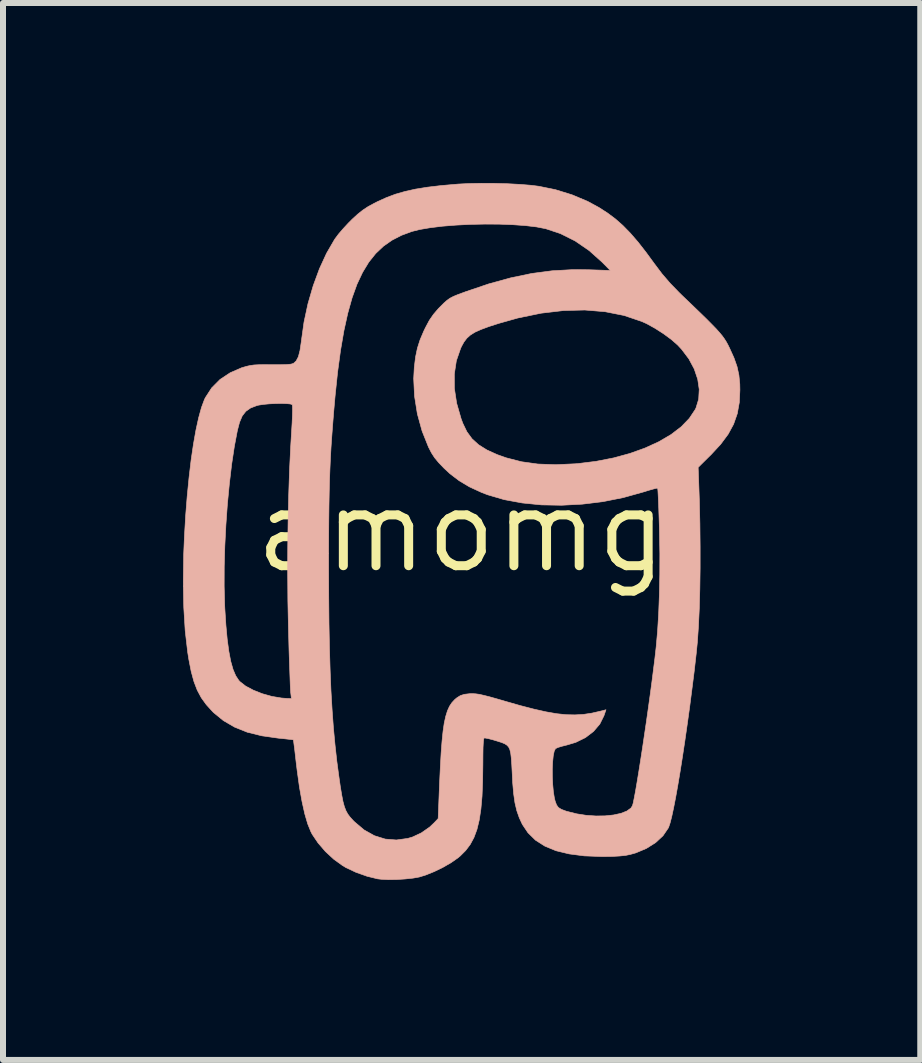
<source format=kicad_pcb>
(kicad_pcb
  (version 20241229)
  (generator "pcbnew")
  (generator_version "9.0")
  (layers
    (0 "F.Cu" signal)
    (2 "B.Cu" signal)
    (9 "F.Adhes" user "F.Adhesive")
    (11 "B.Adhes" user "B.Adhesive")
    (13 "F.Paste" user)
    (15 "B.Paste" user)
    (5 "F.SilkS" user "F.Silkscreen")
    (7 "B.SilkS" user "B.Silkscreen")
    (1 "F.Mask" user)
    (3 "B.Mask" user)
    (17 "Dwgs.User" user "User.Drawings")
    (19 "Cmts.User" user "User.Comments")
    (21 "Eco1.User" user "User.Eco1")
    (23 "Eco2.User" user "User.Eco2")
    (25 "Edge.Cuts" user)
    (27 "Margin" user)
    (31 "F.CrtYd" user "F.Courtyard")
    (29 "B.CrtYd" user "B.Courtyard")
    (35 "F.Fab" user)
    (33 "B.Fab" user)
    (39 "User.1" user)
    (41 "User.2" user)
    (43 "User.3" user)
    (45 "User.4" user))
  (footprint "amomg"
    (layer "F.Cu")
    (at 4.638 5.799)
    (property "Reference" "amomg" (at 0 0 0) (layer "F.SilkS") (effects (font (size 1.27 1.27) (thickness 0.15))))
    (attr through_hole)
    (fp_poly (pts (xy 0.551 -5.793) (xy 0.768 -5.787) (xy 0.975 -5.776) (xy 1.161 -5.761) (xy 1.289 -5.745) (xy 1.569 -5.688) (xy 1.847 -5.602) (xy 2.108 -5.492) (xy 2.294 -5.391) (xy 2.437 -5.299) (xy 2.568 -5.201) (xy 2.693 -5.091) (xy 2.817 -4.964) (xy 2.946 -4.815) (xy 3.084 -4.638) (xy 3.217 -4.456) (xy 3.346 -4.285) (xy 3.48 -4.129) (xy 3.633 -3.971) (xy 3.679 -3.926) (xy 3.842 -3.77) (xy 3.978 -3.639) (xy 4.089 -3.531) (xy 4.178 -3.441) (xy 4.25 -3.367) (xy 4.306 -3.304) (xy 4.351 -3.25) (xy 4.386 -3.201) (xy 4.416 -3.154) (xy 4.443 -3.105) (xy 4.47 -3.05) (xy 4.471 -3.048) (xy 4.545 -2.885) (xy 4.596 -2.74) (xy 4.627 -2.599) (xy 4.642 -2.448) (xy 4.644 -2.349) (xy 4.634 -2.142) (xy 4.6 -1.954) (xy 4.539 -1.78) (xy 4.448 -1.612) (xy 4.323 -1.444) (xy 4.161 -1.269) (xy 4.142 -1.251) (xy 3.948 -1.059) (xy 3.954 -0.905) (xy 3.968 -0.511) (xy 3.977 -0.122) (xy 3.981 0.258) (xy 3.981 0.624) (xy 3.976 0.972) (xy 3.967 1.296) (xy 3.953 1.591) (xy 3.935 1.853) (xy 3.916 2.043) (xy 3.882 2.342) (xy 3.844 2.641) (xy 3.806 2.937) (xy 3.766 3.225) (xy 3.726 3.503) (xy 3.686 3.767) (xy 3.647 4.014) (xy 3.609 4.24) (xy 3.573 4.442) (xy 3.539 4.616) (xy 3.508 4.76) (xy 3.48 4.869) (xy 3.456 4.94) (xy 3.45 4.952) (xy 3.362 5.081) (xy 3.238 5.196) (xy 3.085 5.292) (xy 2.909 5.366) (xy 2.82 5.391) (xy 2.739 5.408) (xy 2.642 5.418) (xy 2.519 5.425) (xy 2.365 5.427) (xy 2.339 5.427) (xy 2.05 5.416) (xy 1.797 5.383) (xy 1.578 5.33) (xy 1.392 5.253) (xy 1.237 5.154) (xy 1.112 5.031) (xy 1.018 4.891) (xy 0.967 4.781) (xy 0.926 4.664) (xy 0.895 4.533) (xy 0.873 4.38) (xy 0.857 4.197) (xy 0.85 4.053) (xy 0.842 3.902) (xy 0.834 3.787) (xy 0.824 3.703) (xy 0.809 3.642) (xy 0.789 3.601) (xy 0.762 3.572) (xy 0.727 3.549) (xy 0.723 3.547) (xy 0.675 3.527) (xy 0.603 3.504) (xy 0.523 3.48) (xy 0.449 3.461) (xy 0.395 3.451) (xy 0.383 3.45) (xy 0.374 3.467) (xy 0.368 3.517) (xy 0.363 3.604) (xy 0.361 3.73) (xy 0.36 3.889) (xy 0.356 4.175) (xy 0.346 4.423) (xy 0.327 4.637) (xy 0.299 4.82) (xy 0.261 4.977) (xy 0.211 5.111) (xy 0.149 5.226) (xy 0.073 5.327) (xy -0.017 5.417) (xy -0.058 5.451) (xy -0.17 5.529) (xy -0.305 5.607) (xy -0.451 5.678) (xy -0.592 5.735) (xy -0.699 5.768) (xy -0.805 5.787) (xy -0.936 5.801) (xy -1.077 5.81) (xy -1.213 5.812) (xy -1.331 5.806) (xy -1.394 5.799) (xy -1.572 5.755) (xy -1.755 5.69) (xy -1.923 5.611) (xy -1.981 5.576) (xy -2.126 5.471) (xy -2.265 5.342) (xy -2.388 5.199) (xy -2.485 5.055) (xy -2.507 5.012) (xy -2.559 4.884) (xy -2.608 4.717) (xy -2.654 4.511) (xy -2.697 4.27) (xy -2.735 3.995) (xy -2.751 3.865) (xy -2.765 3.744) (xy -2.777 3.638) (xy -2.788 3.555) (xy -2.795 3.5) (xy -2.799 3.482) (xy -2.821 3.478) (xy -2.877 3.472) (xy -2.957 3.463) (xy -3.048 3.454) (xy -3.323 3.415) (xy -3.566 3.355) (xy -3.778 3.27) (xy -3.965 3.161) (xy -4.13 3.026) (xy -4.149 3.006) (xy -4.25 2.895) (xy -4.333 2.78) (xy -4.401 2.653) (xy -4.456 2.509) (xy -4.502 2.34) (xy -4.541 2.14) (xy -4.56 2.02) (xy -4.601 1.666) (xy -4.625 1.274) (xy -4.632 0.92) (xy -3.952 0.92) (xy -3.944 1.223) (xy -3.941 1.292) (xy -3.923 1.569) (xy -3.901 1.807) (xy -3.874 2.007) (xy -3.842 2.174) (xy -3.804 2.308) (xy -3.76 2.412) (xy -3.709 2.49) (xy -3.69 2.511) (xy -3.594 2.586) (xy -3.466 2.654) (xy -3.317 2.713) (xy -3.157 2.758) (xy -2.996 2.785) (xy -2.902 2.792) (xy -2.831 2.794) (xy -2.843 2.693) (xy -2.846 2.652) (xy -2.85 2.573) (xy -2.854 2.461) (xy -2.859 2.321) (xy -2.865 2.157) (xy -2.871 1.974) (xy -2.876 1.777) (xy -2.881 1.587) (xy -2.89 1.162) (xy -2.893 0.722) (xy -2.893 0.624) (xy -2.211 0.624) (xy -2.209 1.101) (xy -2.205 1.54) (xy -2.197 1.943) (xy -2.186 2.315) (xy -2.172 2.66) (xy -2.153 2.981) (xy -2.131 3.282) (xy -2.104 3.567) (xy -2.074 3.839) (xy -2.041 4.085) (xy -2.016 4.26) (xy -1.993 4.399) (xy -1.972 4.508) (xy -1.949 4.593) (xy -1.923 4.661) (xy -1.892 4.718) (xy -1.853 4.77) (xy -1.805 4.823) (xy -1.779 4.849) (xy -1.619 4.984) (xy -1.447 5.08) (xy -1.267 5.136) (xy -1.082 5.151) (xy -0.892 5.125) (xy -0.811 5.101) (xy -0.666 5.033) (xy -0.527 4.936) (xy -0.452 4.865) (xy -0.385 4.794) (xy -0.362 4.212) (xy -0.349 3.94) (xy -0.336 3.706) (xy -0.321 3.508) (xy -0.304 3.342) (xy -0.284 3.204) (xy -0.259 3.09) (xy -0.23 2.997) (xy -0.196 2.922) (xy -0.156 2.862) (xy -0.109 2.811) (xy -0.073 2.781) (xy -0.014 2.744) (xy 0.052 2.723) (xy 0.139 2.713) (xy 0.188 2.712) (xy 0.24 2.715) (xy 0.299 2.723) (xy 0.374 2.74) (xy 0.47 2.764) (xy 0.594 2.799) (xy 0.721 2.836) (xy 0.983 2.911) (xy 1.211 2.97) (xy 1.411 3.015) (xy 1.588 3.046) (xy 1.748 3.063) (xy 1.895 3.066) (xy 2.036 3.058) (xy 2.176 3.037) (xy 2.32 3.004) (xy 2.365 2.993) (xy 2.412 2.98) (xy 2.378 3.08) (xy 2.309 3.219) (xy 2.204 3.342) (xy 2.069 3.445) (xy 1.908 3.524) (xy 1.757 3.569) (xy 1.677 3.589) (xy 1.611 3.609) (xy 1.573 3.627) (xy 1.57 3.629) (xy 1.549 3.671) (xy 1.533 3.747) (xy 1.523 3.849) (xy 1.517 3.968) (xy 1.518 4.096) (xy 1.524 4.225) (xy 1.535 4.347) (xy 1.552 4.453) (xy 1.565 4.505) (xy 1.588 4.567) (xy 1.619 4.61) (xy 1.669 4.641) (xy 1.749 4.671) (xy 1.768 4.676) (xy 1.923 4.715) (xy 2.083 4.74) (xy 2.244 4.751) (xy 2.398 4.749) (xy 2.539 4.734) (xy 2.662 4.707) (xy 2.761 4.668) (xy 2.828 4.619) (xy 2.853 4.58) (xy 2.866 4.534) (xy 2.883 4.45) (xy 2.905 4.333) (xy 2.93 4.187) (xy 2.958 4.017) (xy 2.988 3.827) (xy 3.02 3.621) (xy 3.052 3.405) (xy 3.085 3.182) (xy 3.117 2.957) (xy 3.148 2.734) (xy 3.177 2.518) (xy 3.203 2.313) (xy 3.227 2.123) (xy 3.246 1.954) (xy 3.249 1.926) (xy 3.272 1.669) (xy 3.29 1.378) (xy 3.302 1.061) (xy 3.309 0.726) (xy 3.31 0.381) (xy 3.304 0.033) (xy 3.302 -0.051) (xy 3.297 -0.213) (xy 3.292 -0.361) (xy 3.287 -0.489) (xy 3.282 -0.594) (xy 3.278 -0.668) (xy 3.274 -0.708) (xy 3.273 -0.713) (xy 3.25 -0.711) (xy 3.196 -0.697) (xy 3.118 -0.675) (xy 3.031 -0.648) (xy 2.701 -0.556) (xy 2.361 -0.488) (xy 2.016 -0.446) (xy 1.673 -0.428) (xy 1.337 -0.434) (xy 1.016 -0.466) (xy 0.714 -0.522) (xy 0.438 -0.603) (xy 0.339 -0.641) (xy 0.137 -0.734) (xy -0.034 -0.836) (xy -0.188 -0.953) (xy -0.288 -1.046) (xy -0.377 -1.139) (xy -0.444 -1.22) (xy -0.497 -1.302) (xy -0.546 -1.397) (xy -0.653 -1.665) (xy -0.732 -1.952) (xy -0.779 -2.248) (xy -0.793 -2.54) (xy -0.789 -2.614) (xy -0.116 -2.614) (xy -0.115 -2.377) (xy -0.077 -2.128) (xy -0.003 -1.871) (xy 0.026 -1.793) (xy 0.093 -1.654) (xy 0.179 -1.536) (xy 0.289 -1.436) (xy 0.428 -1.349) (xy 0.601 -1.271) (xy 0.751 -1.218) (xy 1.004 -1.153) (xy 1.276 -1.115) (xy 1.574 -1.104) (xy 1.9 -1.119) (xy 1.941 -1.122) (xy 2.247 -1.16) (xy 2.539 -1.217) (xy 2.813 -1.292) (xy 3.066 -1.383) (xy 3.295 -1.488) (xy 3.496 -1.606) (xy 3.666 -1.736) (xy 3.801 -1.876) (xy 3.899 -2.023) (xy 3.912 -2.049) (xy 3.957 -2.197) (xy 3.966 -2.359) (xy 3.941 -2.528) (xy 3.883 -2.7) (xy 3.793 -2.868) (xy 3.672 -3.028) (xy 3.607 -3.098) (xy 3.502 -3.19) (xy 3.372 -3.286) (xy 3.23 -3.377) (xy 3.091 -3.454) (xy 3.009 -3.491) (xy 2.713 -3.591) (xy 2.396 -3.654) (xy 2.059 -3.682) (xy 1.704 -3.673) (xy 1.331 -3.629) (xy 0.943 -3.549) (xy 0.624 -3.459) (xy 0.459 -3.406) (xy 0.33 -3.358) (xy 0.229 -3.313) (xy 0.152 -3.265) (xy 0.093 -3.212) (xy 0.045 -3.149) (xy 0.003 -3.073) (xy -0.011 -3.042) (xy -0.082 -2.837) (xy -0.116 -2.614) (xy -0.789 -2.614) (xy -0.783 -2.725) (xy -0.762 -2.898) (xy -0.731 -3.046) (xy -0.687 -3.184) (xy -0.625 -3.33) (xy -0.598 -3.386) (xy -0.532 -3.51) (xy -0.463 -3.61) (xy -0.38 -3.707) (xy -0.35 -3.737) (xy -0.289 -3.798) (xy -0.238 -3.843) (xy -0.189 -3.878) (xy -0.132 -3.908) (xy -0.055 -3.94) (xy 0.049 -3.978) (xy 0.073 -3.987) (xy 0.46 -4.118) (xy 0.824 -4.218) (xy 1.174 -4.291) (xy 1.515 -4.336) (xy 1.855 -4.355) (xy 2.126 -4.353) (xy 2.484 -4.341) (xy 2.348 -4.479) (xy 2.131 -4.673) (xy 1.898 -4.833) (xy 1.652 -4.956) (xy 1.408 -5.037) (xy 1.255 -5.067) (xy 1.07 -5.089) (xy 0.859 -5.104) (xy 0.631 -5.113) (xy 0.392 -5.114) (xy 0.15 -5.109) (xy -0.087 -5.097) (xy -0.312 -5.079) (xy -0.516 -5.054) (xy -0.693 -5.024) (xy -0.824 -4.991) (xy -0.997 -4.927) (xy -1.154 -4.846) (xy -1.297 -4.746) (xy -1.426 -4.624) (xy -1.542 -4.479) (xy -1.645 -4.309) (xy -1.738 -4.112) (xy -1.82 -3.885) (xy -1.892 -3.628) (xy -1.956 -3.338) (xy -2.012 -3.012) (xy -2.061 -2.65) (xy -2.103 -2.249) (xy -2.126 -1.99) (xy -2.143 -1.776) (xy -2.158 -1.578) (xy -2.171 -1.391) (xy -2.181 -1.209) (xy -2.189 -1.028) (xy -2.196 -0.84) (xy -2.201 -0.642) (xy -2.205 -0.427) (xy -2.208 -0.19) (xy -2.21 0.074) (xy -2.211 0.371) (xy -2.211 0.624) (xy -2.893 0.624) (xy -2.892 0.275) (xy -2.886 -0.17) (xy -2.876 -0.604) (xy -2.862 -1.02) (xy -2.843 -1.408) (xy -2.827 -1.672) (xy -2.819 -1.805) (xy -2.814 -1.922) (xy -2.812 -2.014) (xy -2.813 -2.077) (xy -2.817 -2.105) (xy -2.817 -2.105) (xy -2.849 -2.116) (xy -2.913 -2.122) (xy -3 -2.125) (xy -3.099 -2.123) (xy -3.202 -2.118) (xy -3.297 -2.109) (xy -3.375 -2.097) (xy -3.408 -2.089) (xy -3.512 -2.049) (xy -3.591 -1.993) (xy -3.651 -1.916) (xy -3.696 -1.81) (xy -3.732 -1.672) (xy -3.782 -1.409) (xy -3.827 -1.112) (xy -3.865 -0.789) (xy -3.898 -0.449) (xy -3.923 -0.099) (xy -3.941 0.251) (xy -3.951 0.593) (xy -3.952 0.92) (xy -4.632 0.92) (xy -4.633 0.844) (xy -4.626 0.377) (xy -4.614 0.095) (xy -4.594 -0.25) (xy -4.568 -0.579) (xy -4.537 -0.891) (xy -4.503 -1.18) (xy -4.464 -1.445) (xy -4.422 -1.682) (xy -4.377 -1.887) (xy -4.33 -2.057) (xy -4.281 -2.189) (xy -4.265 -2.222) (xy -4.16 -2.384) (xy -4.021 -2.524) (xy -3.852 -2.636) (xy -3.659 -2.72) (xy -3.648 -2.723) (xy -3.58 -2.743) (xy -3.518 -2.757) (xy -3.454 -2.766) (xy -3.376 -2.77) (xy -3.274 -2.771) (xy -3.167 -2.77) (xy -3.019 -2.77) (xy -2.911 -2.773) (xy -2.838 -2.78) (xy -2.797 -2.792) (xy -2.752 -2.833) (xy -2.715 -2.903) (xy -2.688 -3.007) (xy -2.667 -3.148) (xy -2.664 -3.173) (xy -2.621 -3.48) (xy -2.555 -3.787) (xy -2.468 -4.086) (xy -2.364 -4.369) (xy -2.245 -4.628) (xy -2.114 -4.854) (xy -2.104 -4.869) (xy -2.046 -4.947) (xy -1.967 -5.039) (xy -1.88 -5.133) (xy -1.818 -5.195) (xy -1.724 -5.281) (xy -1.641 -5.347) (xy -1.555 -5.404) (xy -1.45 -5.461) (xy -1.393 -5.49) (xy -1.247 -5.556) (xy -1.098 -5.612) (xy -0.938 -5.658) (xy -0.763 -5.697) (xy -0.565 -5.729) (xy -0.337 -5.756) (xy -0.075 -5.779) (xy -0.053 -5.781) (xy 0.129 -5.79) (xy 0.334 -5.794) (xy 0.551 -5.793)) (stroke (width 0.01) (type solid)) (fill yes) (layer "B.SilkS")))
  (gr_rect
    (start -3 -3)
    (end 12.288 14.616)
    (stroke (width 0.1) (type default))
    (fill no)
    (layer "Edge.Cuts")))
</source>
